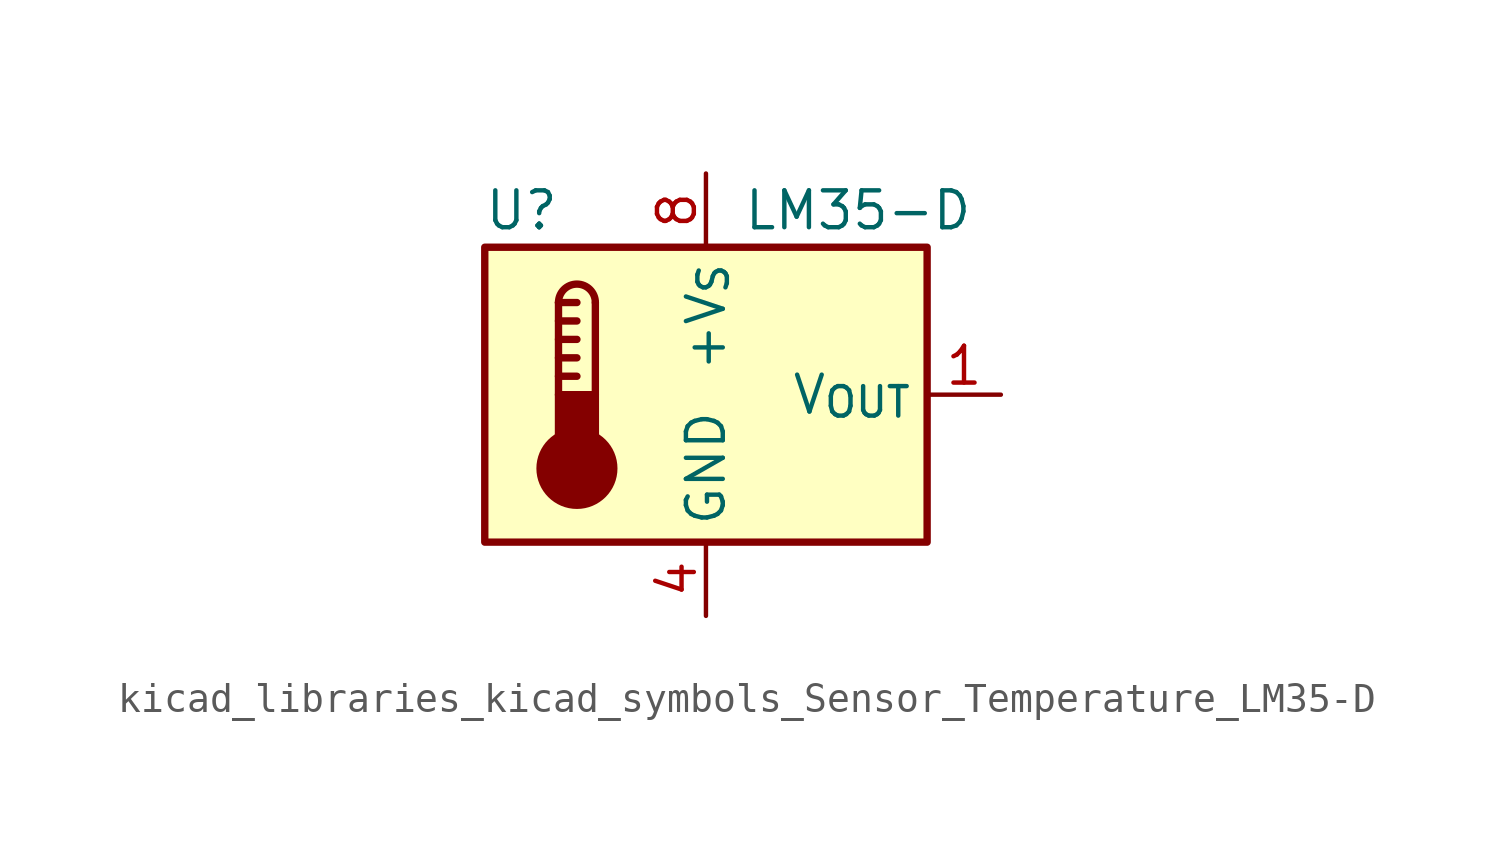
<source format=kicad_sym>
(kicad_symbol_lib
  (version 20220914)
  (generator kicad_symbol_editor)
  (symbol "kicad_libraries_kicad_symbols_Sensor_Temperature_LM35-D"
    (property "Reference" "U"
      (at -6.35 6.35 0)
      (effects (font (size 1.27 1.27))))
    (property "Value" "LM35-D"
      (at 1.27 6.35 0)
      (effects (font (size 1.27 1.27)) (justify left)))
    (symbol "kicad_libraries_kicad_symbols_Sensor_Temperature_LM35-D_0_1"
      (rectangle (start -7.62 5.08) (end 7.62 -5.08) (stroke (width 0.254) (type default)) (fill (type background)))
      (circle (center -4.445 -2.54) (radius 1.27) (stroke (width 0.254) (type default)) (fill (type outline)))
      (rectangle (start -3.81 -1.905) (end -5.08 0) (stroke (width 0.254) (type default)) (fill (type outline)))
      (arc (start -3.81 3.175) (mid -4.445 3.8073) (end -5.08 3.175) (stroke (width 0.254) (type default)) (fill (type none)))
      (polyline (pts (xy -5.08 0.635) (xy -4.445 0.635)) (stroke (width 0.254) (type default)) (fill (type none)))
      (polyline (pts (xy -5.08 1.27) (xy -4.445 1.27)) (stroke (width 0.254) (type default)) (fill (type none)))
      (polyline (pts (xy -5.08 1.905) (xy -4.445 1.905)) (stroke (width 0.254) (type default)) (fill (type none)))
      (polyline (pts (xy -5.08 2.54) (xy -4.445 2.54)) (stroke (width 0.254) (type default)) (fill (type none)))
      (polyline (pts (xy -5.08 3.175) (xy -5.08 0)) (stroke (width 0.254) (type default)) (fill (type none)))
      (polyline (pts (xy -5.08 3.175) (xy -4.445 3.175)) (stroke (width 0.254) (type default)) (fill (type none)))
      (polyline (pts (xy -3.81 3.175) (xy -3.81 0)) (stroke (width 0.254) (type default)) (fill (type none))))
    (symbol "kicad_libraries_kicad_symbols_Sensor_Temperature_LM35-D_1_1"
      (pin output line (at 10.16 0 180) (length 2.54) (name "V_{OUT}" (effects (font (size 1.27 1.27)))) (number "1" (effects (font (size 1.27 1.27)))))
      (pin no_connect line (at -2.54 -5.08 90) (length 2.54) hide (name "NC" (effects (font (size 1.27 1.27)))) (number "2" (effects (font (size 1.27 1.27)))))
      (pin no_connect line (at -2.54 5.08 270) (length 2.54) hide (name "NC" (effects (font (size 1.27 1.27)))) (number "3" (effects (font (size 1.27 1.27)))))
      (pin power_in line (at 0 -7.62 90) (length 2.54) (name "GND" (effects (font (size 1.27 1.27)))) (number "4" (effects (font (size 1.27 1.27)))))
      (pin no_connect line (at 2.54 -5.08 90) (length 2.54) hide (name "NC" (effects (font (size 1.27 1.27)))) (number "5" (effects (font (size 1.27 1.27)))))
      (pin no_connect line (at 5.08 -5.08 90) (length 2.54) hide (name "NC" (effects (font (size 1.27 1.27)))) (number "6" (effects (font (size 1.27 1.27)))))
      (pin no_connect line (at 7.62 2.54 180) (length 2.54) hide (name "NC" (effects (font (size 1.27 1.27)))) (number "7" (effects (font (size 1.27 1.27)))))
      (pin power_in line (at 0 7.62 270) (length 2.54) (name "+V_{S}" (effects (font (size 1.27 1.27)))) (number "8" (effects (font (size 1.27 1.27))))))))
</source>
